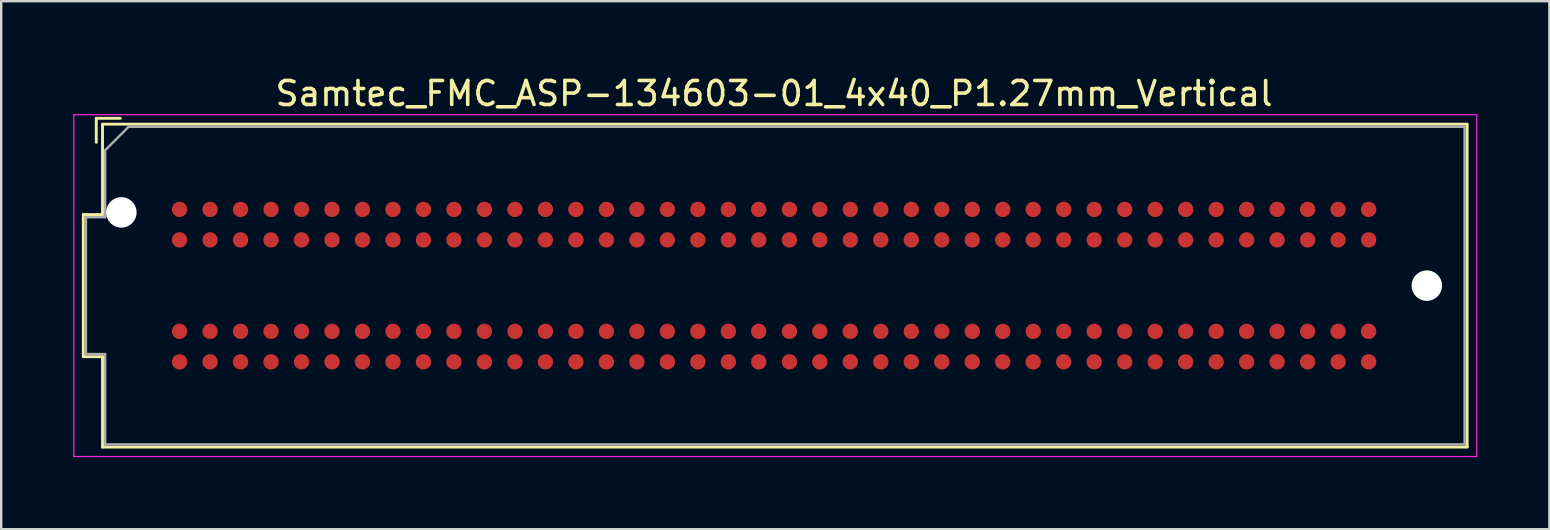
<source format=kicad_pcb>
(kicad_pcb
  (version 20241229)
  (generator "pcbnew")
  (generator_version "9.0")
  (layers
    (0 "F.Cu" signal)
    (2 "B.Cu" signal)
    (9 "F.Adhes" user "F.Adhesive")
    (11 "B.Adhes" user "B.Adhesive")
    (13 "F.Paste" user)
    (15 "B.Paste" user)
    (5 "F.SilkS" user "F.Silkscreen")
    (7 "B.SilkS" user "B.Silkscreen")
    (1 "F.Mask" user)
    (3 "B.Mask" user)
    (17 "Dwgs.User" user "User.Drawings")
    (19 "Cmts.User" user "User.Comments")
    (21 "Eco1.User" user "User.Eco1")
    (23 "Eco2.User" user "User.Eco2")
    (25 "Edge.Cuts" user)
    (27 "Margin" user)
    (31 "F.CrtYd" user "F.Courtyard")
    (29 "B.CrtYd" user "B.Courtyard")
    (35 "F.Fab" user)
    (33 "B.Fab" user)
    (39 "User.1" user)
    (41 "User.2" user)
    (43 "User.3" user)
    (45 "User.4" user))
  (footprint "Samtec_FMC_ASP-134603-01_4x40_P1.27mm_Vertical"
    (layer "F.Cu")
    (at 29.195 8.848)
    (property "Reference" "Samtec_FMC_ASP-134603-01_4x40_P1.27mm_Vertical" (at 0 -8 0) (layer "F.SilkS") (effects (font (size 1 1) (thickness 0.15))))
    (attr smd)
    (fp_line (start -28.775 -2.96) (end -27.975 -2.96) (stroke (width 0.12) (type solid)) (layer "F.SilkS"))
    (fp_line (start -28.775 2.96) (end -28.775 -2.96) (stroke (width 0.12) (type solid)) (layer "F.SilkS"))
    (fp_line (start -28.235 -6.97) (end -28.235 -5.97) (stroke (width 0.12) (type solid)) (layer "F.SilkS"))
    (fp_line (start -27.975 -6.725) (end 28.865 -6.725) (stroke (width 0.12) (type solid)) (layer "F.SilkS"))
    (fp_line (start -27.975 -2.96) (end -27.975 -6.725) (stroke (width 0.12) (type solid)) (layer "F.SilkS"))
    (fp_line (start -27.975 2.96) (end -28.775 2.96) (stroke (width 0.12) (type solid)) (layer "F.SilkS"))
    (fp_line (start -27.975 6.725) (end -27.975 2.96) (stroke (width 0.12) (type solid)) (layer "F.SilkS"))
    (fp_line (start -27.235 -6.97) (end -28.235 -6.97) (stroke (width 0.12) (type solid)) (layer "F.SilkS"))
    (fp_line (start 28.87 -6.72) (end 28.87 6.72) (stroke (width 0.12) (type solid)) (layer "F.SilkS"))
    (fp_line (start 28.87 6.725) (end -27.975 6.725) (stroke (width 0.12) (type solid)) (layer "F.SilkS"))
    (fp_line (start -29.17 -7.12) (end -29.17 7.12) (stroke (width 0.05) (type solid)) (layer "F.CrtYd"))
    (fp_line (start -29.17 -7.12) (end 29.27 -7.12) (stroke (width 0.05) (type solid)) (layer "F.CrtYd"))
    (fp_line (start -29.17 7.12) (end 29.27 7.12) (stroke (width 0.05) (type solid)) (layer "F.CrtYd"))
    (fp_line (start 29.27 -7.12) (end 29.27 7.12) (stroke (width 0.05) (type solid)) (layer "F.CrtYd"))
    (fp_line (start -28.665 -2.85) (end -28.665 2.85) (stroke (width 0.1) (type solid)) (layer "F.Fab"))
    (fp_line (start -27.865 -2.85) (end -28.665 -2.85) (stroke (width 0.1) (type solid)) (layer "F.Fab"))
    (fp_line (start -27.865 -2.85) (end -27.865 -5.63) (stroke (width 0.1) (type solid)) (layer "F.Fab"))
    (fp_line (start -27.865 2.85) (end -28.665 2.85) (stroke (width 0.1) (type solid)) (layer "F.Fab"))
    (fp_line (start -27.865 2.85) (end -27.865 6.615) (stroke (width 0.1) (type solid)) (layer "F.Fab"))
    (fp_line (start -26.885 -6.62) (end -27.865 -5.64) (stroke (width 0.1) (type solid)) (layer "F.Fab"))
    (fp_line (start 28.765 -6.615) (end -26.885 -6.615) (stroke (width 0.1) (type solid)) (layer "F.Fab"))
    (fp_line (start 28.765 -6.615) (end 28.765 6.615) (stroke (width 0.1) (type solid)) (layer "F.Fab"))
    (fp_line (start 28.765 6.615) (end -27.865 6.615) (stroke (width 0.1) (type solid)) (layer "F.Fab"))
    (pad "" np_thru_hole circle (at -27.19 -3.05) (size 1.27 1.27) (drill 1.27) (layers "*.Cu" "*.Mask"))
    (pad "" np_thru_hole circle (at 27.191 0) (size 1.27 1.27) (drill 1.27) (layers "*.Cu" "*.Mask"))
    (pad "C1" smd circle (at -24.765 -3.175) (size 0.64 0.64) (layers "F.Cu" "F.Mask" "F.Paste"))
    (pad "C2" smd circle (at -23.495 -3.175) (size 0.64 0.64) (layers "F.Cu" "F.Mask" "F.Paste"))
    (pad "C3" smd circle (at -22.225 -3.175) (size 0.64 0.64) (layers "F.Cu" "F.Mask" "F.Paste"))
    (pad "C4" smd circle (at -20.955 -3.175) (size 0.64 0.64) (layers "F.Cu" "F.Mask" "F.Paste"))
    (pad "C5" smd circle (at -19.685 -3.175) (size 0.64 0.64) (layers "F.Cu" "F.Mask" "F.Paste"))
    (pad "C6" smd circle (at -18.415 -3.175) (size 0.64 0.64) (layers "F.Cu" "F.Mask" "F.Paste"))
    (pad "C7" smd circle (at -17.145 -3.175) (size 0.64 0.64) (layers "F.Cu" "F.Mask" "F.Paste"))
    (pad "C8" smd circle (at -15.875 -3.175) (size 0.64 0.64) (layers "F.Cu" "F.Mask" "F.Paste"))
    (pad "C9" smd circle (at -14.605 -3.175) (size 0.64 0.64) (layers "F.Cu" "F.Mask" "F.Paste"))
    (pad "C10" smd circle (at -13.335 -3.175) (size 0.64 0.64) (layers "F.Cu" "F.Mask" "F.Paste"))
    (pad "C11" smd circle (at -12.065 -3.175) (size 0.64 0.64) (layers "F.Cu" "F.Mask" "F.Paste"))
    (pad "C12" smd circle (at -10.795 -3.175) (size 0.64 0.64) (layers "F.Cu" "F.Mask" "F.Paste"))
    (pad "C13" smd circle (at -9.525 -3.175) (size 0.64 0.64) (layers "F.Cu" "F.Mask" "F.Paste"))
    (pad "C14" smd circle (at -8.255 -3.175) (size 0.64 0.64) (layers "F.Cu" "F.Mask" "F.Paste"))
    (pad "C15" smd circle (at -6.985 -3.175) (size 0.64 0.64) (layers "F.Cu" "F.Mask" "F.Paste"))
    (pad "C16" smd circle (at -5.715 -3.175) (size 0.64 0.64) (layers "F.Cu" "F.Mask" "F.Paste"))
    (pad "C17" smd circle (at -4.445 -3.175) (size 0.64 0.64) (layers "F.Cu" "F.Mask" "F.Paste"))
    (pad "C18" smd circle (at -3.175 -3.175) (size 0.64 0.64) (layers "F.Cu" "F.Mask" "F.Paste"))
    (pad "C19" smd circle (at -1.905 -3.175) (size 0.64 0.64) (layers "F.Cu" "F.Mask" "F.Paste"))
    (pad "C20" smd circle (at -0.64 -3.175) (size 0.64 0.64) (layers "F.Cu" "F.Mask" "F.Paste"))
    (pad "C21" smd circle (at 0.64 -3.175) (size 0.64 0.64) (layers "F.Cu" "F.Mask" "F.Paste"))
    (pad "C22" smd circle (at 1.905 -3.175) (size 0.64 0.64) (layers "F.Cu" "F.Mask" "F.Paste"))
    (pad "C23" smd circle (at 3.175 -3.175) (size 0.64 0.64) (layers "F.Cu" "F.Mask" "F.Paste"))
    (pad "C24" smd circle (at 4.445 -3.175) (size 0.64 0.64) (layers "F.Cu" "F.Mask" "F.Paste"))
    (pad "C25" smd circle (at 5.715 -3.175) (size 0.64 0.64) (layers "F.Cu" "F.Mask" "F.Paste"))
    (pad "C26" smd circle (at 6.985 -3.175) (size 0.64 0.64) (layers "F.Cu" "F.Mask" "F.Paste"))
    (pad "C27" smd circle (at 8.255 -3.175) (size 0.64 0.64) (layers "F.Cu" "F.Mask" "F.Paste"))
    (pad "C28" smd circle (at 9.525 -3.175) (size 0.64 0.64) (layers "F.Cu" "F.Mask" "F.Paste"))
    (pad "C29" smd circle (at 10.795 -3.175) (size 0.64 0.64) (layers "F.Cu" "F.Mask" "F.Paste"))
    (pad "C30" smd circle (at 12.065 -3.175) (size 0.64 0.64) (layers "F.Cu" "F.Mask" "F.Paste"))
    (pad "C31" smd circle (at 13.335 -3.175) (size 0.64 0.64) (layers "F.Cu" "F.Mask" "F.Paste"))
    (pad "C32" smd circle (at 14.605 -3.175) (size 0.64 0.64) (layers "F.Cu" "F.Mask" "F.Paste"))
    (pad "C33" smd circle (at 15.875 -3.175) (size 0.64 0.64) (layers "F.Cu" "F.Mask" "F.Paste"))
    (pad "C34" smd circle (at 17.145 -3.175) (size 0.64 0.64) (layers "F.Cu" "F.Mask" "F.Paste"))
    (pad "C35" smd circle (at 18.415 -3.175) (size 0.64 0.64) (layers "F.Cu" "F.Mask" "F.Paste"))
    (pad "C36" smd circle (at 19.685 -3.175) (size 0.64 0.64) (layers "F.Cu" "F.Mask" "F.Paste"))
    (pad "C37" smd circle (at 20.955 -3.175) (size 0.64 0.64) (layers "F.Cu" "F.Mask" "F.Paste"))
    (pad "C38" smd circle (at 22.225 -3.175) (size 0.64 0.64) (layers "F.Cu" "F.Mask" "F.Paste"))
    (pad "C39" smd circle (at 23.495 -3.175) (size 0.64 0.64) (layers "F.Cu" "F.Mask" "F.Paste"))
    (pad "C40" smd circle (at 24.765 -3.175) (size 0.64 0.64) (layers "F.Cu" "F.Mask" "F.Paste"))
    (pad "D1" smd circle (at -24.765 -1.905) (size 0.64 0.64) (layers "F.Cu" "F.Mask" "F.Paste"))
    (pad "D2" smd circle (at -23.495 -1.905) (size 0.64 0.64) (layers "F.Cu" "F.Mask" "F.Paste"))
    (pad "D3" smd circle (at -22.225 -1.905) (size 0.64 0.64) (layers "F.Cu" "F.Mask" "F.Paste"))
    (pad "D4" smd circle (at -20.955 -1.905) (size 0.64 0.64) (layers "F.Cu" "F.Mask" "F.Paste"))
    (pad "D5" smd circle (at -19.685 -1.905) (size 0.64 0.64) (layers "F.Cu" "F.Mask" "F.Paste"))
    (pad "D6" smd circle (at -18.415 -1.905) (size 0.64 0.64) (layers "F.Cu" "F.Mask" "F.Paste"))
    (pad "D7" smd circle (at -17.145 -1.905) (size 0.64 0.64) (layers "F.Cu" "F.Mask" "F.Paste"))
    (pad "D8" smd circle (at -15.875 -1.905) (size 0.64 0.64) (layers "F.Cu" "F.Mask" "F.Paste"))
    (pad "D9" smd circle (at -14.605 -1.905) (size 0.64 0.64) (layers "F.Cu" "F.Mask" "F.Paste"))
    (pad "D10" smd circle (at -13.335 -1.905) (size 0.64 0.64) (layers "F.Cu" "F.Mask" "F.Paste"))
    (pad "D11" smd circle (at -12.065 -1.905) (size 0.64 0.64) (layers "F.Cu" "F.Mask" "F.Paste"))
    (pad "D12" smd circle (at -10.795 -1.905) (size 0.64 0.64) (layers "F.Cu" "F.Mask" "F.Paste"))
    (pad "D13" smd circle (at -9.525 -1.905) (size 0.64 0.64) (layers "F.Cu" "F.Mask" "F.Paste"))
    (pad "D14" smd circle (at -8.255 -1.905) (size 0.64 0.64) (layers "F.Cu" "F.Mask" "F.Paste"))
    (pad "D15" smd circle (at -6.985 -1.905) (size 0.64 0.64) (layers "F.Cu" "F.Mask" "F.Paste"))
    (pad "D16" smd circle (at -5.715 -1.905) (size 0.64 0.64) (layers "F.Cu" "F.Mask" "F.Paste"))
    (pad "D17" smd circle (at -4.445 -1.905) (size 0.64 0.64) (layers "F.Cu" "F.Mask" "F.Paste"))
    (pad "D18" smd circle (at -3.175 -1.905) (size 0.64 0.64) (layers "F.Cu" "F.Mask" "F.Paste"))
    (pad "D19" smd circle (at -1.905 -1.905) (size 0.64 0.64) (layers "F.Cu" "F.Mask" "F.Paste"))
    (pad "D20" smd circle (at -0.64 -1.905) (size 0.64 0.64) (layers "F.Cu" "F.Mask" "F.Paste"))
    (pad "D21" smd circle (at 0.64 -1.905) (size 0.64 0.64) (layers "F.Cu" "F.Mask" "F.Paste"))
    (pad "D22" smd circle (at 1.905 -1.905) (size 0.64 0.64) (layers "F.Cu" "F.Mask" "F.Paste"))
    (pad "D23" smd circle (at 3.175 -1.905) (size 0.64 0.64) (layers "F.Cu" "F.Mask" "F.Paste"))
    (pad "D24" smd circle (at 4.445 -1.905) (size 0.64 0.64) (layers "F.Cu" "F.Mask" "F.Paste"))
    (pad "D25" smd circle (at 5.715 -1.905) (size 0.64 0.64) (layers "F.Cu" "F.Mask" "F.Paste"))
    (pad "D26" smd circle (at 6.985 -1.905) (size 0.64 0.64) (layers "F.Cu" "F.Mask" "F.Paste"))
    (pad "D27" smd circle (at 8.255 -1.905) (size 0.64 0.64) (layers "F.Cu" "F.Mask" "F.Paste"))
    (pad "D28" smd circle (at 9.525 -1.905) (size 0.64 0.64) (layers "F.Cu" "F.Mask" "F.Paste"))
    (pad "D29" smd circle (at 10.795 -1.905) (size 0.64 0.64) (layers "F.Cu" "F.Mask" "F.Paste"))
    (pad "D30" smd circle (at 12.065 -1.905) (size 0.64 0.64) (layers "F.Cu" "F.Mask" "F.Paste"))
    (pad "D31" smd circle (at 13.335 -1.905) (size 0.64 0.64) (layers "F.Cu" "F.Mask" "F.Paste"))
    (pad "D32" smd circle (at 14.605 -1.905) (size 0.64 0.64) (layers "F.Cu" "F.Mask" "F.Paste"))
    (pad "D33" smd circle (at 15.875 -1.905) (size 0.64 0.64) (layers "F.Cu" "F.Mask" "F.Paste"))
    (pad "D34" smd circle (at 17.145 -1.905) (size 0.64 0.64) (layers "F.Cu" "F.Mask" "F.Paste"))
    (pad "D35" smd circle (at 18.415 -1.905) (size 0.64 0.64) (layers "F.Cu" "F.Mask" "F.Paste"))
    (pad "D36" smd circle (at 19.685 -1.905) (size 0.64 0.64) (layers "F.Cu" "F.Mask" "F.Paste"))
    (pad "D37" smd circle (at 20.955 -1.905) (size 0.64 0.64) (layers "F.Cu" "F.Mask" "F.Paste"))
    (pad "D38" smd circle (at 22.225 -1.905) (size 0.64 0.64) (layers "F.Cu" "F.Mask" "F.Paste"))
    (pad "D39" smd circle (at 23.495 -1.905) (size 0.64 0.64) (layers "F.Cu" "F.Mask" "F.Paste"))
    (pad "D40" smd circle (at 24.765 -1.905) (size 0.64 0.64) (layers "F.Cu" "F.Mask" "F.Paste"))
    (pad "G1" smd circle (at -24.765 1.905) (size 0.64 0.64) (layers "F.Cu" "F.Mask" "F.Paste"))
    (pad "G2" smd circle (at -23.495 1.905) (size 0.64 0.64) (layers "F.Cu" "F.Mask" "F.Paste"))
    (pad "G3" smd circle (at -22.225 1.905) (size 0.64 0.64) (layers "F.Cu" "F.Mask" "F.Paste"))
    (pad "G4" smd circle (at -20.955 1.905) (size 0.64 0.64) (layers "F.Cu" "F.Mask" "F.Paste"))
    (pad "G5" smd circle (at -19.685 1.905) (size 0.64 0.64) (layers "F.Cu" "F.Mask" "F.Paste"))
    (pad "G6" smd circle (at -18.415 1.905) (size 0.64 0.64) (layers "F.Cu" "F.Mask" "F.Paste"))
    (pad "G7" smd circle (at -17.145 1.905) (size 0.64 0.64) (layers "F.Cu" "F.Mask" "F.Paste"))
    (pad "G8" smd circle (at -15.875 1.905) (size 0.64 0.64) (layers "F.Cu" "F.Mask" "F.Paste"))
    (pad "G9" smd circle (at -14.605 1.905) (size 0.64 0.64) (layers "F.Cu" "F.Mask" "F.Paste"))
    (pad "G10" smd circle (at -13.335 1.905) (size 0.64 0.64) (layers "F.Cu" "F.Mask" "F.Paste"))
    (pad "G11" smd circle (at -12.065 1.905) (size 0.64 0.64) (layers "F.Cu" "F.Mask" "F.Paste"))
    (pad "G12" smd circle (at -10.795 1.905) (size 0.64 0.64) (layers "F.Cu" "F.Mask" "F.Paste"))
    (pad "G13" smd circle (at -9.525 1.905) (size 0.64 0.64) (layers "F.Cu" "F.Mask" "F.Paste"))
    (pad "G14" smd circle (at -8.255 1.905) (size 0.64 0.64) (layers "F.Cu" "F.Mask" "F.Paste"))
    (pad "G15" smd circle (at -6.985 1.905) (size 0.64 0.64) (layers "F.Cu" "F.Mask" "F.Paste"))
    (pad "G16" smd circle (at -5.715 1.905) (size 0.64 0.64) (layers "F.Cu" "F.Mask" "F.Paste"))
    (pad "G17" smd circle (at -4.445 1.905) (size 0.64 0.64) (layers "F.Cu" "F.Mask" "F.Paste"))
    (pad "G18" smd circle (at -3.175 1.905) (size 0.64 0.64) (layers "F.Cu" "F.Mask" "F.Paste"))
    (pad "G19" smd circle (at -1.905 1.905) (size 0.64 0.64) (layers "F.Cu" "F.Mask" "F.Paste"))
    (pad "G20" smd circle (at -0.64 1.905) (size 0.64 0.64) (layers "F.Cu" "F.Mask" "F.Paste"))
    (pad "G21" smd circle (at 0.64 1.905) (size 0.64 0.64) (layers "F.Cu" "F.Mask" "F.Paste"))
    (pad "G22" smd circle (at 1.905 1.905) (size 0.64 0.64) (layers "F.Cu" "F.Mask" "F.Paste"))
    (pad "G23" smd circle (at 3.175 1.905) (size 0.64 0.64) (layers "F.Cu" "F.Mask" "F.Paste"))
    (pad "G24" smd circle (at 4.445 1.905) (size 0.64 0.64) (layers "F.Cu" "F.Mask" "F.Paste"))
    (pad "G25" smd circle (at 5.715 1.905) (size 0.64 0.64) (layers "F.Cu" "F.Mask" "F.Paste"))
    (pad "G26" smd circle (at 6.985 1.905) (size 0.64 0.64) (layers "F.Cu" "F.Mask" "F.Paste"))
    (pad "G27" smd circle (at 8.255 1.905) (size 0.64 0.64) (layers "F.Cu" "F.Mask" "F.Paste"))
    (pad "G28" smd circle (at 9.525 1.905) (size 0.64 0.64) (layers "F.Cu" "F.Mask" "F.Paste"))
    (pad "G29" smd circle (at 10.795 1.905) (size 0.64 0.64) (layers "F.Cu" "F.Mask" "F.Paste"))
    (pad "G30" smd circle (at 12.065 1.905) (size 0.64 0.64) (layers "F.Cu" "F.Mask" "F.Paste"))
    (pad "G31" smd circle (at 13.335 1.905) (size 0.64 0.64) (layers "F.Cu" "F.Mask" "F.Paste"))
    (pad "G32" smd circle (at 14.605 1.905) (size 0.64 0.64) (layers "F.Cu" "F.Mask" "F.Paste"))
    (pad "G33" smd circle (at 15.875 1.905) (size 0.64 0.64) (layers "F.Cu" "F.Mask" "F.Paste"))
    (pad "G34" smd circle (at 17.145 1.905) (size 0.64 0.64) (layers "F.Cu" "F.Mask" "F.Paste"))
    (pad "G35" smd circle (at 18.415 1.905) (size 0.64 0.64) (layers "F.Cu" "F.Mask" "F.Paste"))
    (pad "G36" smd circle (at 19.685 1.905) (size 0.64 0.64) (layers "F.Cu" "F.Mask" "F.Paste"))
    (pad "G37" smd circle (at 20.955 1.905) (size 0.64 0.64) (layers "F.Cu" "F.Mask" "F.Paste"))
    (pad "G38" smd circle (at 22.225 1.905) (size 0.64 0.64) (layers "F.Cu" "F.Mask" "F.Paste"))
    (pad "G39" smd circle (at 23.495 1.905) (size 0.64 0.64) (layers "F.Cu" "F.Mask" "F.Paste"))
    (pad "G40" smd circle (at 24.765 1.905) (size 0.64 0.64) (layers "F.Cu" "F.Mask" "F.Paste"))
    (pad "H1" smd circle (at -24.765 3.175) (size 0.64 0.64) (layers "F.Cu" "F.Mask" "F.Paste"))
    (pad "H2" smd circle (at -23.495 3.175) (size 0.64 0.64) (layers "F.Cu" "F.Mask" "F.Paste"))
    (pad "H3" smd circle (at -22.225 3.175) (size 0.64 0.64) (layers "F.Cu" "F.Mask" "F.Paste"))
    (pad "H4" smd circle (at -20.955 3.175) (size 0.64 0.64) (layers "F.Cu" "F.Mask" "F.Paste"))
    (pad "H5" smd circle (at -19.685 3.175) (size 0.64 0.64) (layers "F.Cu" "F.Mask" "F.Paste"))
    (pad "H6" smd circle (at -18.415 3.175) (size 0.64 0.64) (layers "F.Cu" "F.Mask" "F.Paste"))
    (pad "H7" smd circle (at -17.145 3.175) (size 0.64 0.64) (layers "F.Cu" "F.Mask" "F.Paste"))
    (pad "H8" smd circle (at -15.875 3.175) (size 0.64 0.64) (layers "F.Cu" "F.Mask" "F.Paste"))
    (pad "H9" smd circle (at -14.605 3.175) (size 0.64 0.64) (layers "F.Cu" "F.Mask" "F.Paste"))
    (pad "H10" smd circle (at -13.335 3.175) (size 0.64 0.64) (layers "F.Cu" "F.Mask" "F.Paste"))
    (pad "H11" smd circle (at -12.065 3.175) (size 0.64 0.64) (layers "F.Cu" "F.Mask" "F.Paste"))
    (pad "H12" smd circle (at -10.795 3.175) (size 0.64 0.64) (layers "F.Cu" "F.Mask" "F.Paste"))
    (pad "H13" smd circle (at -9.525 3.175) (size 0.64 0.64) (layers "F.Cu" "F.Mask" "F.Paste"))
    (pad "H14" smd circle (at -8.255 3.175) (size 0.64 0.64) (layers "F.Cu" "F.Mask" "F.Paste"))
    (pad "H15" smd circle (at -6.985 3.175) (size 0.64 0.64) (layers "F.Cu" "F.Mask" "F.Paste"))
    (pad "H16" smd circle (at -5.715 3.175) (size 0.64 0.64) (layers "F.Cu" "F.Mask" "F.Paste"))
    (pad "H17" smd circle (at -4.445 3.175) (size 0.64 0.64) (layers "F.Cu" "F.Mask" "F.Paste"))
    (pad "H18" smd circle (at -3.175 3.175) (size 0.64 0.64) (layers "F.Cu" "F.Mask" "F.Paste"))
    (pad "H19" smd circle (at -1.905 3.175) (size 0.64 0.64) (layers "F.Cu" "F.Mask" "F.Paste"))
    (pad "H20" smd circle (at -0.64 3.175) (size 0.64 0.64) (layers "F.Cu" "F.Mask" "F.Paste"))
    (pad "H21" smd circle (at 0.64 3.175) (size 0.64 0.64) (layers "F.Cu" "F.Mask" "F.Paste"))
    (pad "H22" smd circle (at 1.905 3.175) (size 0.64 0.64) (layers "F.Cu" "F.Mask" "F.Paste"))
    (pad "H23" smd circle (at 3.175 3.175) (size 0.64 0.64) (layers "F.Cu" "F.Mask" "F.Paste"))
    (pad "H24" smd circle (at 4.445 3.175) (size 0.64 0.64) (layers "F.Cu" "F.Mask" "F.Paste"))
    (pad "H25" smd circle (at 5.715 3.175) (size 0.64 0.64) (layers "F.Cu" "F.Mask" "F.Paste"))
    (pad "H26" smd circle (at 6.985 3.175) (size 0.64 0.64) (layers "F.Cu" "F.Mask" "F.Paste"))
    (pad "H27" smd circle (at 8.255 3.175) (size 0.64 0.64) (layers "F.Cu" "F.Mask" "F.Paste"))
    (pad "H28" smd circle (at 9.525 3.175) (size 0.64 0.64) (layers "F.Cu" "F.Mask" "F.Paste"))
    (pad "H29" smd circle (at 10.795 3.175) (size 0.64 0.64) (layers "F.Cu" "F.Mask" "F.Paste"))
    (pad "H30" smd circle (at 12.065 3.175) (size 0.64 0.64) (layers "F.Cu" "F.Mask" "F.Paste"))
    (pad "H31" smd circle (at 13.335 3.175) (size 0.64 0.64) (layers "F.Cu" "F.Mask" "F.Paste"))
    (pad "H32" smd circle (at 14.605 3.175) (size 0.64 0.64) (layers "F.Cu" "F.Mask" "F.Paste"))
    (pad "H33" smd circle (at 15.875 3.175) (size 0.64 0.64) (layers "F.Cu" "F.Mask" "F.Paste"))
    (pad "H34" smd circle (at 17.145 3.175) (size 0.64 0.64) (layers "F.Cu" "F.Mask" "F.Paste"))
    (pad "H35" smd circle (at 18.415 3.175) (size 0.64 0.64) (layers "F.Cu" "F.Mask" "F.Paste"))
    (pad "H36" smd circle (at 19.685 3.175) (size 0.64 0.64) (layers "F.Cu" "F.Mask" "F.Paste"))
    (pad "H37" smd circle (at 20.955 3.175) (size 0.64 0.64) (layers "F.Cu" "F.Mask" "F.Paste"))
    (pad "H38" smd circle (at 22.225 3.175) (size 0.64 0.64) (layers "F.Cu" "F.Mask" "F.Paste"))
    (pad "H39" smd circle (at 23.495 3.175) (size 0.64 0.64) (layers "F.Cu" "F.Mask" "F.Paste"))
    (pad "H40" smd circle (at 24.765 3.175) (size 0.64 0.64) (layers "F.Cu" "F.Mask" "F.Paste")))
  (gr_rect
    (start -3 -3)
    (end 61.49 18.993)
    (stroke (width 0.1) (type default))
    (fill no)
    (layer "Edge.Cuts")))
</source>
